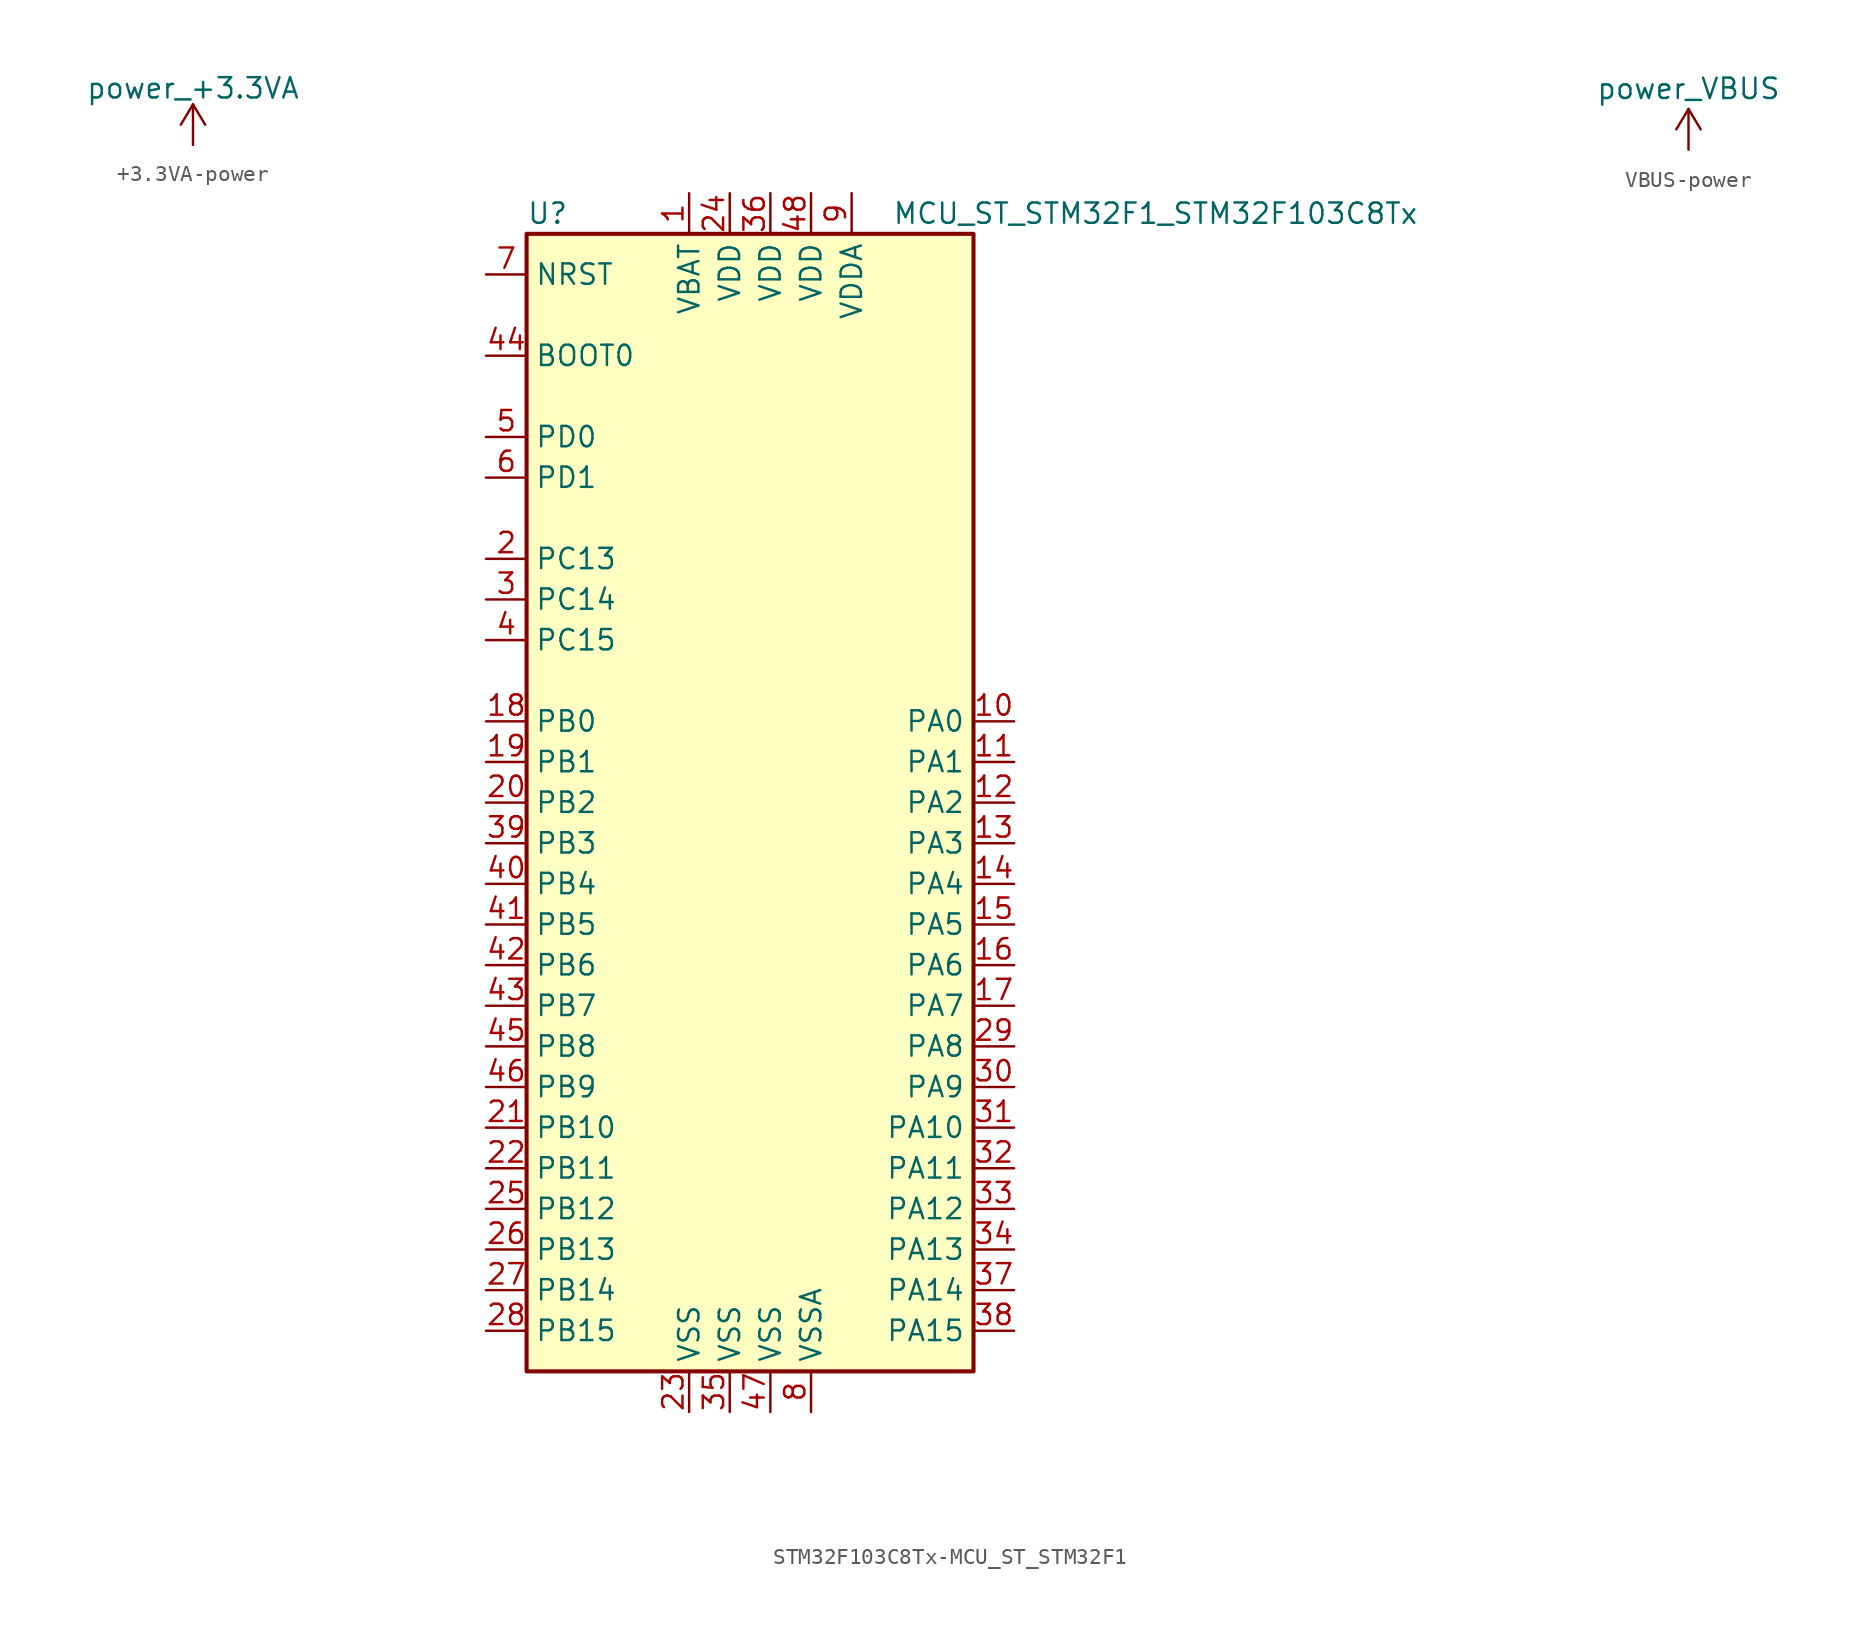
<source format=kicad_sym>
(kicad_symbol_lib
  (version 20231120)
  (generator "kicad_symbol_editor")
  (generator_version "8.0")
  (symbol "+3.3VA-power"
    (power)
    (pin_names
      (offset 0))
    (property "Reference" "#PWR"
      (at 0 -3.81 0)
      (effects (font (size 1.27 1.27)) (hide yes)))
    (property "Value" "power_+3.3VA"
      (at 0 3.556 0)
      (effects (font (size 1.27 1.27))))
    (symbol "+3.3VA-power_0_1"
      (polyline (pts (xy -0.762 1.27) (xy 0 2.54)) (stroke (width 0) (type solid)) (fill (type none)))
      (polyline (pts (xy 0 0) (xy 0 2.54)) (stroke (width 0) (type solid)) (fill (type none)))
      (polyline (pts (xy 0 2.54) (xy 0.762 1.27)) (stroke (width 0) (type solid)) (fill (type none))))
    (symbol "+3.3VA-power_1_1"
      (pin power_in line (at 0 0 90) (length 0) hide (name "+3.3VA" (effects (font (size 1.27 1.27)))) (number "1" (effects (font (size 1.27 1.27)))))))
  (symbol "STM32F103C8Tx-MCU_ST_STM32F1"
    (property "Reference" "U"
      (at -15.24 36.83 0)
      (effects (font (size 1.27 1.27)) (justify left)))
    (property "Value" "MCU_ST_STM32F1_STM32F103C8Tx"
      (at 7.62 36.83 0)
      (effects (font (size 1.27 1.27)) (justify left)))
    (symbol "STM32F103C8Tx-MCU_ST_STM32F1_0_1"
      (rectangle (start -15.24 -35.56) (end 12.7 35.56) (stroke (width 0.254) (type solid)) (fill (type background))))
    (symbol "STM32F103C8Tx-MCU_ST_STM32F1_1_1"
      (pin power_in line (at -5.08 38.1 270) (length 2.54) (name "VBAT" (effects (font (size 1.27 1.27)))) (number "1" (effects (font (size 1.27 1.27)))))
      (pin bidirectional line (at 15.24 5.08 180) (length 2.54) (name "PA0" (effects (font (size 1.27 1.27)))) (number "10" (effects (font (size 1.27 1.27)))))
      (pin bidirectional line (at 15.24 2.54 180) (length 2.54) (name "PA1" (effects (font (size 1.27 1.27)))) (number "11" (effects (font (size 1.27 1.27)))))
      (pin bidirectional line (at 15.24 0 180) (length 2.54) (name "PA2" (effects (font (size 1.27 1.27)))) (number "12" (effects (font (size 1.27 1.27)))))
      (pin bidirectional line (at 15.24 -2.54 180) (length 2.54) (name "PA3" (effects (font (size 1.27 1.27)))) (number "13" (effects (font (size 1.27 1.27)))))
      (pin bidirectional line (at 15.24 -5.08 180) (length 2.54) (name "PA4" (effects (font (size 1.27 1.27)))) (number "14" (effects (font (size 1.27 1.27)))))
      (pin bidirectional line (at 15.24 -7.62 180) (length 2.54) (name "PA5" (effects (font (size 1.27 1.27)))) (number "15" (effects (font (size 1.27 1.27)))))
      (pin bidirectional line (at 15.24 -10.16 180) (length 2.54) (name "PA6" (effects (font (size 1.27 1.27)))) (number "16" (effects (font (size 1.27 1.27)))))
      (pin bidirectional line (at 15.24 -12.7 180) (length 2.54) (name "PA7" (effects (font (size 1.27 1.27)))) (number "17" (effects (font (size 1.27 1.27)))))
      (pin bidirectional line (at -17.78 5.08 0) (length 2.54) (name "PB0" (effects (font (size 1.27 1.27)))) (number "18" (effects (font (size 1.27 1.27)))))
      (pin bidirectional line (at -17.78 2.54 0) (length 2.54) (name "PB1" (effects (font (size 1.27 1.27)))) (number "19" (effects (font (size 1.27 1.27)))))
      (pin bidirectional line (at -17.78 15.24 0) (length 2.54) (name "PC13" (effects (font (size 1.27 1.27)))) (number "2" (effects (font (size 1.27 1.27)))))
      (pin bidirectional line (at -17.78 0 0) (length 2.54) (name "PB2" (effects (font (size 1.27 1.27)))) (number "20" (effects (font (size 1.27 1.27)))))
      (pin bidirectional line (at -17.78 -20.32 0) (length 2.54) (name "PB10" (effects (font (size 1.27 1.27)))) (number "21" (effects (font (size 1.27 1.27)))))
      (pin bidirectional line (at -17.78 -22.86 0) (length 2.54) (name "PB11" (effects (font (size 1.27 1.27)))) (number "22" (effects (font (size 1.27 1.27)))))
      (pin power_in line (at -5.08 -38.1 90) (length 2.54) (name "VSS" (effects (font (size 1.27 1.27)))) (number "23" (effects (font (size 1.27 1.27)))))
      (pin power_in line (at -2.54 38.1 270) (length 2.54) (name "VDD" (effects (font (size 1.27 1.27)))) (number "24" (effects (font (size 1.27 1.27)))))
      (pin bidirectional line (at -17.78 -25.4 0) (length 2.54) (name "PB12" (effects (font (size 1.27 1.27)))) (number "25" (effects (font (size 1.27 1.27)))))
      (pin bidirectional line (at -17.78 -27.94 0) (length 2.54) (name "PB13" (effects (font (size 1.27 1.27)))) (number "26" (effects (font (size 1.27 1.27)))))
      (pin bidirectional line (at -17.78 -30.48 0) (length 2.54) (name "PB14" (effects (font (size 1.27 1.27)))) (number "27" (effects (font (size 1.27 1.27)))))
      (pin bidirectional line (at -17.78 -33.02 0) (length 2.54) (name "PB15" (effects (font (size 1.27 1.27)))) (number "28" (effects (font (size 1.27 1.27)))))
      (pin bidirectional line (at 15.24 -15.24 180) (length 2.54) (name "PA8" (effects (font (size 1.27 1.27)))) (number "29" (effects (font (size 1.27 1.27)))))
      (pin bidirectional line (at -17.78 12.7 0) (length 2.54) (name "PC14" (effects (font (size 1.27 1.27)))) (number "3" (effects (font (size 1.27 1.27)))))
      (pin bidirectional line (at 15.24 -17.78 180) (length 2.54) (name "PA9" (effects (font (size 1.27 1.27)))) (number "30" (effects (font (size 1.27 1.27)))))
      (pin bidirectional line (at 15.24 -20.32 180) (length 2.54) (name "PA10" (effects (font (size 1.27 1.27)))) (number "31" (effects (font (size 1.27 1.27)))))
      (pin bidirectional line (at 15.24 -22.86 180) (length 2.54) (name "PA11" (effects (font (size 1.27 1.27)))) (number "32" (effects (font (size 1.27 1.27)))))
      (pin bidirectional line (at 15.24 -25.4 180) (length 2.54) (name "PA12" (effects (font (size 1.27 1.27)))) (number "33" (effects (font (size 1.27 1.27)))))
      (pin bidirectional line (at 15.24 -27.94 180) (length 2.54) (name "PA13" (effects (font (size 1.27 1.27)))) (number "34" (effects (font (size 1.27 1.27)))))
      (pin power_in line (at -2.54 -38.1 90) (length 2.54) (name "VSS" (effects (font (size 1.27 1.27)))) (number "35" (effects (font (size 1.27 1.27)))))
      (pin power_in line (at 0 38.1 270) (length 2.54) (name "VDD" (effects (font (size 1.27 1.27)))) (number "36" (effects (font (size 1.27 1.27)))))
      (pin bidirectional line (at 15.24 -30.48 180) (length 2.54) (name "PA14" (effects (font (size 1.27 1.27)))) (number "37" (effects (font (size 1.27 1.27)))))
      (pin bidirectional line (at 15.24 -33.02 180) (length 2.54) (name "PA15" (effects (font (size 1.27 1.27)))) (number "38" (effects (font (size 1.27 1.27)))))
      (pin bidirectional line (at -17.78 -2.54 0) (length 2.54) (name "PB3" (effects (font (size 1.27 1.27)))) (number "39" (effects (font (size 1.27 1.27)))))
      (pin bidirectional line (at -17.78 10.16 0) (length 2.54) (name "PC15" (effects (font (size 1.27 1.27)))) (number "4" (effects (font (size 1.27 1.27)))))
      (pin bidirectional line (at -17.78 -5.08 0) (length 2.54) (name "PB4" (effects (font (size 1.27 1.27)))) (number "40" (effects (font (size 1.27 1.27)))))
      (pin bidirectional line (at -17.78 -7.62 0) (length 2.54) (name "PB5" (effects (font (size 1.27 1.27)))) (number "41" (effects (font (size 1.27 1.27)))))
      (pin bidirectional line (at -17.78 -10.16 0) (length 2.54) (name "PB6" (effects (font (size 1.27 1.27)))) (number "42" (effects (font (size 1.27 1.27)))))
      (pin bidirectional line (at -17.78 -12.7 0) (length 2.54) (name "PB7" (effects (font (size 1.27 1.27)))) (number "43" (effects (font (size 1.27 1.27)))))
      (pin input line (at -17.78 27.94 0) (length 2.54) (name "BOOT0" (effects (font (size 1.27 1.27)))) (number "44" (effects (font (size 1.27 1.27)))))
      (pin bidirectional line (at -17.78 -15.24 0) (length 2.54) (name "PB8" (effects (font (size 1.27 1.27)))) (number "45" (effects (font (size 1.27 1.27)))))
      (pin bidirectional line (at -17.78 -17.78 0) (length 2.54) (name "PB9" (effects (font (size 1.27 1.27)))) (number "46" (effects (font (size 1.27 1.27)))))
      (pin power_in line (at 0 -38.1 90) (length 2.54) (name "VSS" (effects (font (size 1.27 1.27)))) (number "47" (effects (font (size 1.27 1.27)))))
      (pin power_in line (at 2.54 38.1 270) (length 2.54) (name "VDD" (effects (font (size 1.27 1.27)))) (number "48" (effects (font (size 1.27 1.27)))))
      (pin input line (at -17.78 22.86 0) (length 2.54) (name "PD0" (effects (font (size 1.27 1.27)))) (number "5" (effects (font (size 1.27 1.27)))))
      (pin input line (at -17.78 20.32 0) (length 2.54) (name "PD1" (effects (font (size 1.27 1.27)))) (number "6" (effects (font (size 1.27 1.27)))))
      (pin input line (at -17.78 33.02 0) (length 2.54) (name "NRST" (effects (font (size 1.27 1.27)))) (number "7" (effects (font (size 1.27 1.27)))))
      (pin power_in line (at 2.54 -38.1 90) (length 2.54) (name "VSSA" (effects (font (size 1.27 1.27)))) (number "8" (effects (font (size 1.27 1.27)))))
      (pin power_in line (at 5.08 38.1 270) (length 2.54) (name "VDDA" (effects (font (size 1.27 1.27)))) (number "9" (effects (font (size 1.27 1.27)))))))
  (symbol "VBUS-power"
    (power)
    (pin_names
      (offset 0))
    (property "Reference" "#PWR"
      (at 0 -3.81 0)
      (effects (font (size 1.27 1.27)) (hide yes)))
    (property "Value" "power_VBUS"
      (at 0 3.81 0)
      (effects (font (size 1.27 1.27))))
    (symbol "VBUS-power_0_1"
      (polyline (pts (xy -0.762 1.27) (xy 0 2.54)) (stroke (width 0) (type solid)) (fill (type none)))
      (polyline (pts (xy 0 0) (xy 0 2.54)) (stroke (width 0) (type solid)) (fill (type none)))
      (polyline (pts (xy 0 2.54) (xy 0.762 1.27)) (stroke (width 0) (type solid)) (fill (type none))))
    (symbol "VBUS-power_1_1"
      (pin power_in line (at 0 0 90) (length 0) hide (name "VBUS" (effects (font (size 1.27 1.27)))) (number "1" (effects (font (size 1.27 1.27))))))))
</source>
